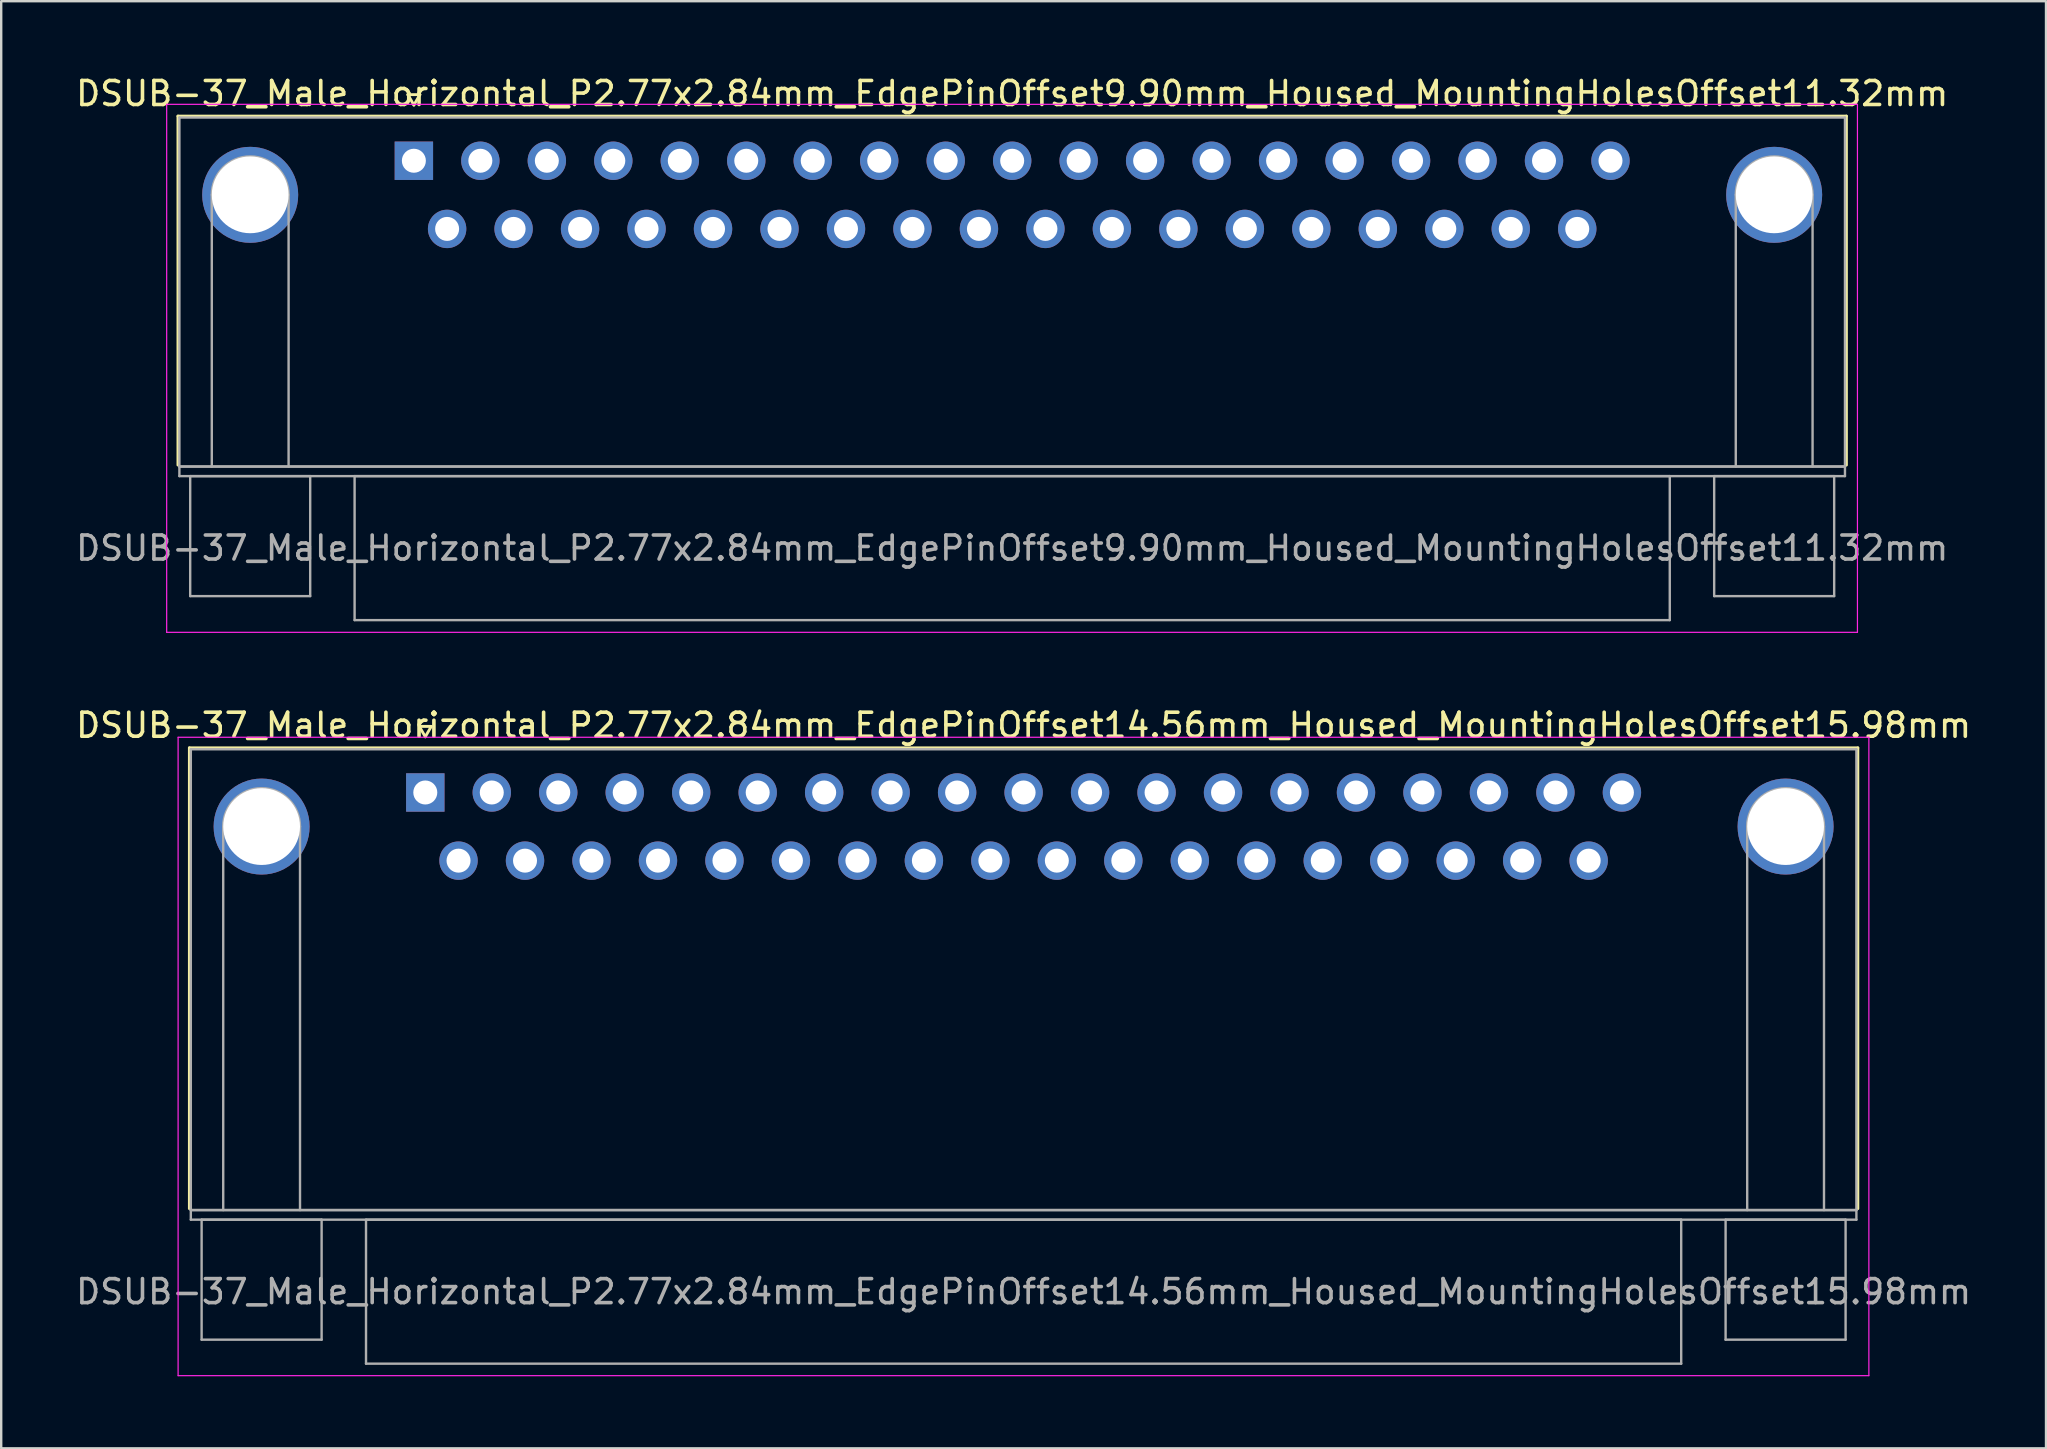
<source format=kicad_pcb>
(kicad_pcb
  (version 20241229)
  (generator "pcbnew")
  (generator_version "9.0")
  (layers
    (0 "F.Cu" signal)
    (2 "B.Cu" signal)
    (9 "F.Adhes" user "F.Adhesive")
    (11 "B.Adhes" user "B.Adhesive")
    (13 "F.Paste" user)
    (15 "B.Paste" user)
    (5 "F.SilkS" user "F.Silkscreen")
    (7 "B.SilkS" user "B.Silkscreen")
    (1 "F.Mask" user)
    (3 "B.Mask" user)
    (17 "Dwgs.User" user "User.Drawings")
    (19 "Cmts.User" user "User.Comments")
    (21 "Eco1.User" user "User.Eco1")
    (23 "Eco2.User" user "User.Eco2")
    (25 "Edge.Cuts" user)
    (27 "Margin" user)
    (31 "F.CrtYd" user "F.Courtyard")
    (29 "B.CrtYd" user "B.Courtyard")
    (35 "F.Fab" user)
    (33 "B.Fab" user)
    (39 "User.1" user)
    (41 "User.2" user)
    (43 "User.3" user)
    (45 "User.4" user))
  (footprint "DSUB-37_Male_Horizontal_P2.77x2.84mm_EdgePinOffset9.90mm_Housed_MountingHolesOffset11.32mm"
    (layer "F.Cu")
    (at 14.195 3.648)
    (property "Reference" "DSUB-37_Male_Horizontal_P2.77x2.84mm_EdgePinOffset9.90mm_Housed_MountingHolesOffset11.32mm" (at 24.93 -2.8 0) (layer "F.SilkS") (effects (font (size 1 1) (thickness 0.15))))
    (attr through_hole)
    (fp_line (start -9.83 -1.86) (end 59.69 -1.86) (stroke (width 0.12) (type solid)) (layer "F.SilkS"))
    (fp_line (start -9.83 12.68) (end -9.83 -1.86) (stroke (width 0.12) (type solid)) (layer "F.SilkS"))
    (fp_line (start -0.25 -2.754) (end 0.25 -2.754) (stroke (width 0.12) (type solid)) (layer "F.SilkS"))
    (fp_line (start 0 -2.321) (end -0.25 -2.754) (stroke (width 0.12) (type solid)) (layer "F.SilkS"))
    (fp_line (start 0.25 -2.754) (end 0 -2.321) (stroke (width 0.12) (type solid)) (layer "F.SilkS"))
    (fp_line (start 59.69 -1.86) (end 59.69 12.68) (stroke (width 0.12) (type solid)) (layer "F.SilkS"))
    (fp_line (start -10.3 -2.35) (end -10.3 19.65) (stroke (width 0.05) (type solid)) (layer "F.CrtYd"))
    (fp_line (start -10.3 19.65) (end 60.15 19.65) (stroke (width 0.05) (type solid)) (layer "F.CrtYd"))
    (fp_line (start 60.15 -2.35) (end -10.3 -2.35) (stroke (width 0.05) (type solid)) (layer "F.CrtYd"))
    (fp_line (start 60.15 19.65) (end 60.15 -2.35) (stroke (width 0.05) (type solid)) (layer "F.CrtYd"))
    (fp_line (start -9.77 -1.8) (end -9.77 12.74) (stroke (width 0.1) (type solid)) (layer "F.Fab"))
    (fp_line (start -9.77 12.74) (end -9.77 13.14) (stroke (width 0.1) (type solid)) (layer "F.Fab"))
    (fp_line (start -9.77 12.74) (end 59.63 12.74) (stroke (width 0.1) (type solid)) (layer "F.Fab"))
    (fp_line (start -9.77 13.14) (end 59.63 13.14) (stroke (width 0.1) (type solid)) (layer "F.Fab"))
    (fp_line (start -9.32 13.14) (end -9.32 18.14) (stroke (width 0.1) (type solid)) (layer "F.Fab"))
    (fp_line (start -9.32 18.14) (end -4.32 18.14) (stroke (width 0.1) (type solid)) (layer "F.Fab"))
    (fp_line (start -8.42 12.74) (end -8.42 1.42) (stroke (width 0.1) (type solid)) (layer "F.Fab"))
    (fp_line (start -5.22 12.74) (end -5.22 1.42) (stroke (width 0.1) (type solid)) (layer "F.Fab"))
    (fp_line (start -4.32 13.14) (end -9.32 13.14) (stroke (width 0.1) (type solid)) (layer "F.Fab"))
    (fp_line (start -4.32 18.14) (end -4.32 13.14) (stroke (width 0.1) (type solid)) (layer "F.Fab"))
    (fp_line (start -2.47 13.14) (end -2.47 19.14) (stroke (width 0.1) (type solid)) (layer "F.Fab"))
    (fp_line (start -2.47 19.14) (end 52.33 19.14) (stroke (width 0.1) (type solid)) (layer "F.Fab"))
    (fp_line (start 52.33 13.14) (end -2.47 13.14) (stroke (width 0.1) (type solid)) (layer "F.Fab"))
    (fp_line (start 52.33 19.14) (end 52.33 13.14) (stroke (width 0.1) (type solid)) (layer "F.Fab"))
    (fp_line (start 54.18 13.14) (end 54.18 18.14) (stroke (width 0.1) (type solid)) (layer "F.Fab"))
    (fp_line (start 54.18 18.14) (end 59.18 18.14) (stroke (width 0.1) (type solid)) (layer "F.Fab"))
    (fp_line (start 55.08 12.74) (end 55.08 1.42) (stroke (width 0.1) (type solid)) (layer "F.Fab"))
    (fp_line (start 58.28 12.74) (end 58.28 1.42) (stroke (width 0.1) (type solid)) (layer "F.Fab"))
    (fp_line (start 59.18 13.14) (end 54.18 13.14) (stroke (width 0.1) (type solid)) (layer "F.Fab"))
    (fp_line (start 59.18 18.14) (end 59.18 13.14) (stroke (width 0.1) (type solid)) (layer "F.Fab"))
    (fp_line (start 59.63 -1.8) (end -9.77 -1.8) (stroke (width 0.1) (type solid)) (layer "F.Fab"))
    (fp_line (start 59.63 12.74) (end -9.77 12.74) (stroke (width 0.1) (type solid)) (layer "F.Fab"))
    (fp_line (start 59.63 12.74) (end 59.63 -1.8) (stroke (width 0.1) (type solid)) (layer "F.Fab"))
    (fp_line (start 59.63 13.14) (end 59.63 12.74) (stroke (width 0.1) (type solid)) (layer "F.Fab"))
    (fp_arc (start -8.42 1.42) (mid -6.82 -0.18) (end -5.22 1.42) (stroke (width 0.1) (type solid)) (layer "F.Fab"))
    (fp_arc (start 55.08 1.42) (mid 56.68 -0.18) (end 58.28 1.42) (stroke (width 0.1) (type solid)) (layer "F.Fab"))
    (fp_text user "${REFERENCE}" (at 24.93 16.14 0) (layer "F.Fab") (effects (font (size 1 1) (thickness 0.15))))
    (pad "0" thru_hole circle (at -6.82 1.42) (size 4 4) (drill 3.2) (layers "*.Cu" "*.Mask"))
    (pad "0" thru_hole circle (at 56.68 1.42) (size 4 4) (drill 3.2) (layers "*.Cu" "*.Mask"))
    (pad "1" thru_hole rect (at 0 0) (size 1.6 1.6) (drill 1) (layers "*.Cu" "*.Mask"))
    (pad "2" thru_hole circle (at 2.77 0) (size 1.6 1.6) (drill 1) (layers "*.Cu" "*.Mask"))
    (pad "3" thru_hole circle (at 5.54 0) (size 1.6 1.6) (drill 1) (layers "*.Cu" "*.Mask"))
    (pad "4" thru_hole circle (at 8.31 0) (size 1.6 1.6) (drill 1) (layers "*.Cu" "*.Mask"))
    (pad "5" thru_hole circle (at 11.08 0) (size 1.6 1.6) (drill 1) (layers "*.Cu" "*.Mask"))
    (pad "6" thru_hole circle (at 13.85 0) (size 1.6 1.6) (drill 1) (layers "*.Cu" "*.Mask"))
    (pad "7" thru_hole circle (at 16.62 0) (size 1.6 1.6) (drill 1) (layers "*.Cu" "*.Mask"))
    (pad "8" thru_hole circle (at 19.39 0) (size 1.6 1.6) (drill 1) (layers "*.Cu" "*.Mask"))
    (pad "9" thru_hole circle (at 22.16 0) (size 1.6 1.6) (drill 1) (layers "*.Cu" "*.Mask"))
    (pad "10" thru_hole circle (at 24.93 0) (size 1.6 1.6) (drill 1) (layers "*.Cu" "*.Mask"))
    (pad "11" thru_hole circle (at 27.7 0) (size 1.6 1.6) (drill 1) (layers "*.Cu" "*.Mask"))
    (pad "12" thru_hole circle (at 30.47 0) (size 1.6 1.6) (drill 1) (layers "*.Cu" "*.Mask"))
    (pad "13" thru_hole circle (at 33.24 0) (size 1.6 1.6) (drill 1) (layers "*.Cu" "*.Mask"))
    (pad "14" thru_hole circle (at 36.01 0) (size 1.6 1.6) (drill 1) (layers "*.Cu" "*.Mask"))
    (pad "15" thru_hole circle (at 38.78 0) (size 1.6 1.6) (drill 1) (layers "*.Cu" "*.Mask"))
    (pad "16" thru_hole circle (at 41.55 0) (size 1.6 1.6) (drill 1) (layers "*.Cu" "*.Mask"))
    (pad "17" thru_hole circle (at 44.32 0) (size 1.6 1.6) (drill 1) (layers "*.Cu" "*.Mask"))
    (pad "18" thru_hole circle (at 47.09 0) (size 1.6 1.6) (drill 1) (layers "*.Cu" "*.Mask"))
    (pad "19" thru_hole circle (at 49.86 0) (size 1.6 1.6) (drill 1) (layers "*.Cu" "*.Mask"))
    (pad "20" thru_hole circle (at 1.385 2.84) (size 1.6 1.6) (drill 1) (layers "*.Cu" "*.Mask"))
    (pad "21" thru_hole circle (at 4.155 2.84) (size 1.6 1.6) (drill 1) (layers "*.Cu" "*.Mask"))
    (pad "22" thru_hole circle (at 6.925 2.84) (size 1.6 1.6) (drill 1) (layers "*.Cu" "*.Mask"))
    (pad "23" thru_hole circle (at 9.695 2.84) (size 1.6 1.6) (drill 1) (layers "*.Cu" "*.Mask"))
    (pad "24" thru_hole circle (at 12.465 2.84) (size 1.6 1.6) (drill 1) (layers "*.Cu" "*.Mask"))
    (pad "25" thru_hole circle (at 15.235 2.84) (size 1.6 1.6) (drill 1) (layers "*.Cu" "*.Mask"))
    (pad "26" thru_hole circle (at 18.005 2.84) (size 1.6 1.6) (drill 1) (layers "*.Cu" "*.Mask"))
    (pad "27" thru_hole circle (at 20.775 2.84) (size 1.6 1.6) (drill 1) (layers "*.Cu" "*.Mask"))
    (pad "28" thru_hole circle (at 23.545 2.84) (size 1.6 1.6) (drill 1) (layers "*.Cu" "*.Mask"))
    (pad "29" thru_hole circle (at 26.315 2.84) (size 1.6 1.6) (drill 1) (layers "*.Cu" "*.Mask"))
    (pad "30" thru_hole circle (at 29.085 2.84) (size 1.6 1.6) (drill 1) (layers "*.Cu" "*.Mask"))
    (pad "31" thru_hole circle (at 31.855 2.84) (size 1.6 1.6) (drill 1) (layers "*.Cu" "*.Mask"))
    (pad "32" thru_hole circle (at 34.625 2.84) (size 1.6 1.6) (drill 1) (layers "*.Cu" "*.Mask"))
    (pad "33" thru_hole circle (at 37.395 2.84) (size 1.6 1.6) (drill 1) (layers "*.Cu" "*.Mask"))
    (pad "34" thru_hole circle (at 40.165 2.84) (size 1.6 1.6) (drill 1) (layers "*.Cu" "*.Mask"))
    (pad "35" thru_hole circle (at 42.935 2.84) (size 1.6 1.6) (drill 1) (layers "*.Cu" "*.Mask"))
    (pad "36" thru_hole circle (at 45.705 2.84) (size 1.6 1.6) (drill 1) (layers "*.Cu" "*.Mask"))
    (pad "37" thru_hole circle (at 48.475 2.84) (size 1.6 1.6) (drill 1) (layers "*.Cu" "*.Mask")))
  (footprint "DSUB-37_Male_Horizontal_P2.77x2.84mm_EdgePinOffset14.56mm_Housed_MountingHolesOffset15.98mm"
    (layer "F.Cu")
    (at 14.671 29.971)
    (property "Reference" "DSUB-37_Male_Horizontal_P2.77x2.84mm_EdgePinOffset14.56mm_Housed_MountingHolesOffset15.98mm" (at 24.93 -2.8 0) (layer "F.SilkS") (effects (font (size 1 1) (thickness 0.15))))
    (attr through_hole)
    (fp_line (start -9.83 -1.86) (end 59.69 -1.86) (stroke (width 0.12) (type solid)) (layer "F.SilkS"))
    (fp_line (start -9.83 17.34) (end -9.83 -1.86) (stroke (width 0.12) (type solid)) (layer "F.SilkS"))
    (fp_line (start -0.25 -2.754) (end 0.25 -2.754) (stroke (width 0.12) (type solid)) (layer "F.SilkS"))
    (fp_line (start 0 -2.321) (end -0.25 -2.754) (stroke (width 0.12) (type solid)) (layer "F.SilkS"))
    (fp_line (start 0.25 -2.754) (end 0 -2.321) (stroke (width 0.12) (type solid)) (layer "F.SilkS"))
    (fp_line (start 59.69 -1.86) (end 59.69 17.34) (stroke (width 0.12) (type solid)) (layer "F.SilkS"))
    (fp_line (start -10.3 -2.3) (end -10.3 24.3) (stroke (width 0.05) (type solid)) (layer "F.CrtYd"))
    (fp_line (start -10.3 24.3) (end 60.15 24.3) (stroke (width 0.05) (type solid)) (layer "F.CrtYd"))
    (fp_line (start 60.15 -2.3) (end -10.3 -2.3) (stroke (width 0.05) (type solid)) (layer "F.CrtYd"))
    (fp_line (start 60.15 24.3) (end 60.15 -2.3) (stroke (width 0.05) (type solid)) (layer "F.CrtYd"))
    (fp_line (start -9.77 -1.8) (end -9.77 17.4) (stroke (width 0.1) (type solid)) (layer "F.Fab"))
    (fp_line (start -9.77 17.4) (end -9.77 17.8) (stroke (width 0.1) (type solid)) (layer "F.Fab"))
    (fp_line (start -9.77 17.4) (end 59.63 17.4) (stroke (width 0.1) (type solid)) (layer "F.Fab"))
    (fp_line (start -9.77 17.8) (end 59.63 17.8) (stroke (width 0.1) (type solid)) (layer "F.Fab"))
    (fp_line (start -9.32 17.8) (end -9.32 22.8) (stroke (width 0.1) (type solid)) (layer "F.Fab"))
    (fp_line (start -9.32 22.8) (end -4.32 22.8) (stroke (width 0.1) (type solid)) (layer "F.Fab"))
    (fp_line (start -8.42 17.4) (end -8.42 1.42) (stroke (width 0.1) (type solid)) (layer "F.Fab"))
    (fp_line (start -5.22 17.4) (end -5.22 1.42) (stroke (width 0.1) (type solid)) (layer "F.Fab"))
    (fp_line (start -4.32 17.8) (end -9.32 17.8) (stroke (width 0.1) (type solid)) (layer "F.Fab"))
    (fp_line (start -4.32 22.8) (end -4.32 17.8) (stroke (width 0.1) (type solid)) (layer "F.Fab"))
    (fp_line (start -2.47 17.8) (end -2.47 23.8) (stroke (width 0.1) (type solid)) (layer "F.Fab"))
    (fp_line (start -2.47 23.8) (end 52.33 23.8) (stroke (width 0.1) (type solid)) (layer "F.Fab"))
    (fp_line (start 52.33 17.8) (end -2.47 17.8) (stroke (width 0.1) (type solid)) (layer "F.Fab"))
    (fp_line (start 52.33 23.8) (end 52.33 17.8) (stroke (width 0.1) (type solid)) (layer "F.Fab"))
    (fp_line (start 54.18 17.8) (end 54.18 22.8) (stroke (width 0.1) (type solid)) (layer "F.Fab"))
    (fp_line (start 54.18 22.8) (end 59.18 22.8) (stroke (width 0.1) (type solid)) (layer "F.Fab"))
    (fp_line (start 55.08 17.4) (end 55.08 1.42) (stroke (width 0.1) (type solid)) (layer "F.Fab"))
    (fp_line (start 58.28 17.4) (end 58.28 1.42) (stroke (width 0.1) (type solid)) (layer "F.Fab"))
    (fp_line (start 59.18 17.8) (end 54.18 17.8) (stroke (width 0.1) (type solid)) (layer "F.Fab"))
    (fp_line (start 59.18 22.8) (end 59.18 17.8) (stroke (width 0.1) (type solid)) (layer "F.Fab"))
    (fp_line (start 59.63 -1.8) (end -9.77 -1.8) (stroke (width 0.1) (type solid)) (layer "F.Fab"))
    (fp_line (start 59.63 17.4) (end -9.77 17.4) (stroke (width 0.1) (type solid)) (layer "F.Fab"))
    (fp_line (start 59.63 17.4) (end 59.63 -1.8) (stroke (width 0.1) (type solid)) (layer "F.Fab"))
    (fp_line (start 59.63 17.8) (end 59.63 17.4) (stroke (width 0.1) (type solid)) (layer "F.Fab"))
    (fp_arc (start -8.42 1.42) (mid -6.82 -0.18) (end -5.22 1.42) (stroke (width 0.1) (type solid)) (layer "F.Fab"))
    (fp_arc (start 55.08 1.42) (mid 56.68 -0.18) (end 58.28 1.42) (stroke (width 0.1) (type solid)) (layer "F.Fab"))
    (fp_text user "${REFERENCE}" (at 24.93 20.8 0) (layer "F.Fab") (effects (font (size 1 1) (thickness 0.15))))
    (pad "0" thru_hole circle (at -6.82 1.42) (size 4 4) (drill 3.2) (layers "*.Cu" "*.Mask"))
    (pad "0" thru_hole circle (at 56.68 1.42) (size 4 4) (drill 3.2) (layers "*.Cu" "*.Mask"))
    (pad "1" thru_hole rect (at 0 0) (size 1.6 1.6) (drill 1) (layers "*.Cu" "*.Mask"))
    (pad "2" thru_hole circle (at 2.77 0) (size 1.6 1.6) (drill 1) (layers "*.Cu" "*.Mask"))
    (pad "3" thru_hole circle (at 5.54 0) (size 1.6 1.6) (drill 1) (layers "*.Cu" "*.Mask"))
    (pad "4" thru_hole circle (at 8.31 0) (size 1.6 1.6) (drill 1) (layers "*.Cu" "*.Mask"))
    (pad "5" thru_hole circle (at 11.08 0) (size 1.6 1.6) (drill 1) (layers "*.Cu" "*.Mask"))
    (pad "6" thru_hole circle (at 13.85 0) (size 1.6 1.6) (drill 1) (layers "*.Cu" "*.Mask"))
    (pad "7" thru_hole circle (at 16.62 0) (size 1.6 1.6) (drill 1) (layers "*.Cu" "*.Mask"))
    (pad "8" thru_hole circle (at 19.39 0) (size 1.6 1.6) (drill 1) (layers "*.Cu" "*.Mask"))
    (pad "9" thru_hole circle (at 22.16 0) (size 1.6 1.6) (drill 1) (layers "*.Cu" "*.Mask"))
    (pad "10" thru_hole circle (at 24.93 0) (size 1.6 1.6) (drill 1) (layers "*.Cu" "*.Mask"))
    (pad "11" thru_hole circle (at 27.7 0) (size 1.6 1.6) (drill 1) (layers "*.Cu" "*.Mask"))
    (pad "12" thru_hole circle (at 30.47 0) (size 1.6 1.6) (drill 1) (layers "*.Cu" "*.Mask"))
    (pad "13" thru_hole circle (at 33.24 0) (size 1.6 1.6) (drill 1) (layers "*.Cu" "*.Mask"))
    (pad "14" thru_hole circle (at 36.01 0) (size 1.6 1.6) (drill 1) (layers "*.Cu" "*.Mask"))
    (pad "15" thru_hole circle (at 38.78 0) (size 1.6 1.6) (drill 1) (layers "*.Cu" "*.Mask"))
    (pad "16" thru_hole circle (at 41.55 0) (size 1.6 1.6) (drill 1) (layers "*.Cu" "*.Mask"))
    (pad "17" thru_hole circle (at 44.32 0) (size 1.6 1.6) (drill 1) (layers "*.Cu" "*.Mask"))
    (pad "18" thru_hole circle (at 47.09 0) (size 1.6 1.6) (drill 1) (layers "*.Cu" "*.Mask"))
    (pad "19" thru_hole circle (at 49.86 0) (size 1.6 1.6) (drill 1) (layers "*.Cu" "*.Mask"))
    (pad "20" thru_hole circle (at 1.385 2.84) (size 1.6 1.6) (drill 1) (layers "*.Cu" "*.Mask"))
    (pad "21" thru_hole circle (at 4.155 2.84) (size 1.6 1.6) (drill 1) (layers "*.Cu" "*.Mask"))
    (pad "22" thru_hole circle (at 6.925 2.84) (size 1.6 1.6) (drill 1) (layers "*.Cu" "*.Mask"))
    (pad "23" thru_hole circle (at 9.695 2.84) (size 1.6 1.6) (drill 1) (layers "*.Cu" "*.Mask"))
    (pad "24" thru_hole circle (at 12.465 2.84) (size 1.6 1.6) (drill 1) (layers "*.Cu" "*.Mask"))
    (pad "25" thru_hole circle (at 15.235 2.84) (size 1.6 1.6) (drill 1) (layers "*.Cu" "*.Mask"))
    (pad "26" thru_hole circle (at 18.005 2.84) (size 1.6 1.6) (drill 1) (layers "*.Cu" "*.Mask"))
    (pad "27" thru_hole circle (at 20.775 2.84) (size 1.6 1.6) (drill 1) (layers "*.Cu" "*.Mask"))
    (pad "28" thru_hole circle (at 23.545 2.84) (size 1.6 1.6) (drill 1) (layers "*.Cu" "*.Mask"))
    (pad "29" thru_hole circle (at 26.315 2.84) (size 1.6 1.6) (drill 1) (layers "*.Cu" "*.Mask"))
    (pad "30" thru_hole circle (at 29.085 2.84) (size 1.6 1.6) (drill 1) (layers "*.Cu" "*.Mask"))
    (pad "31" thru_hole circle (at 31.855 2.84) (size 1.6 1.6) (drill 1) (layers "*.Cu" "*.Mask"))
    (pad "32" thru_hole circle (at 34.625 2.84) (size 1.6 1.6) (drill 1) (layers "*.Cu" "*.Mask"))
    (pad "33" thru_hole circle (at 37.395 2.84) (size 1.6 1.6) (drill 1) (layers "*.Cu" "*.Mask"))
    (pad "34" thru_hole circle (at 40.165 2.84) (size 1.6 1.6) (drill 1) (layers "*.Cu" "*.Mask"))
    (pad "35" thru_hole circle (at 42.935 2.84) (size 1.6 1.6) (drill 1) (layers "*.Cu" "*.Mask"))
    (pad "36" thru_hole circle (at 45.705 2.84) (size 1.6 1.6) (drill 1) (layers "*.Cu" "*.Mask"))
    (pad "37" thru_hole circle (at 48.475 2.84) (size 1.6 1.6) (drill 1) (layers "*.Cu" "*.Mask")))
  (gr_rect
    (start -3 -3)
    (end 82.202 57.297)
    (stroke (width 0.1) (type default))
    (fill no)
    (layer "Edge.Cuts")))
</source>
